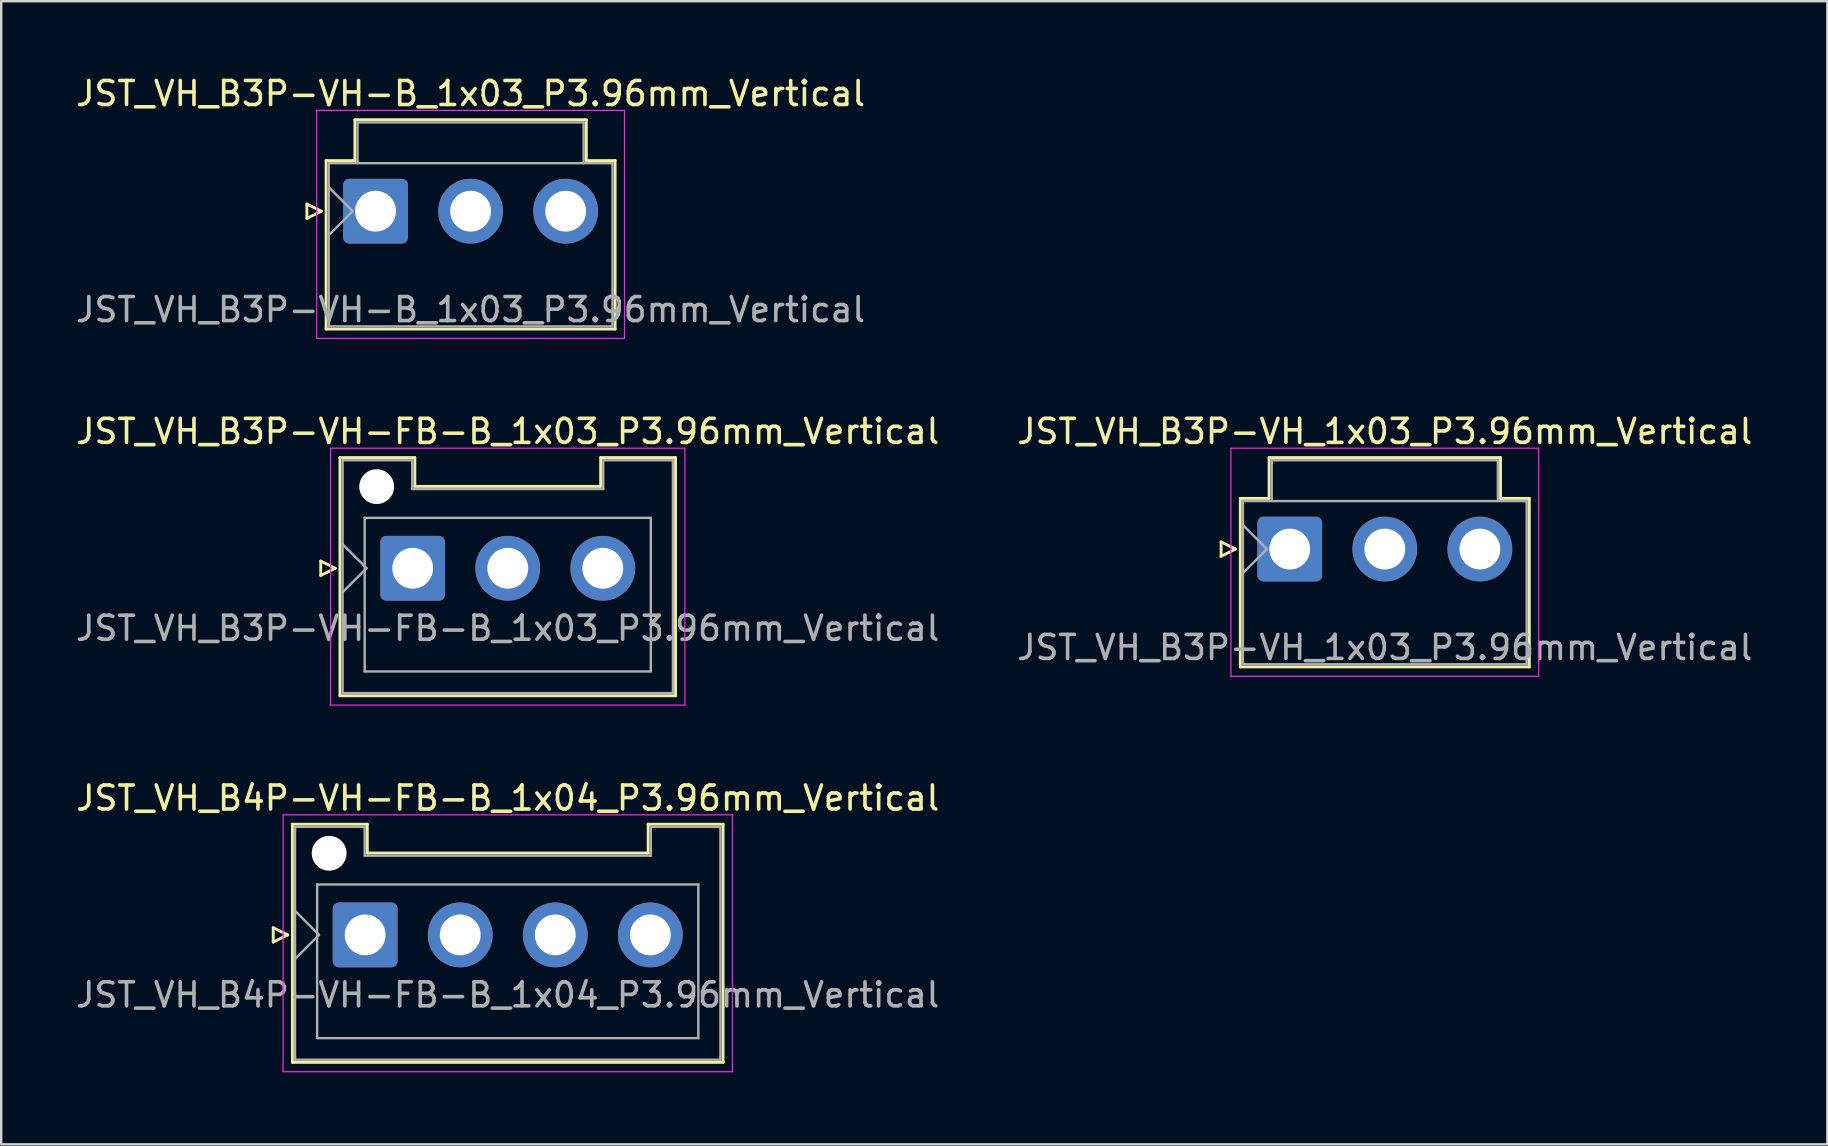
<source format=kicad_pcb>
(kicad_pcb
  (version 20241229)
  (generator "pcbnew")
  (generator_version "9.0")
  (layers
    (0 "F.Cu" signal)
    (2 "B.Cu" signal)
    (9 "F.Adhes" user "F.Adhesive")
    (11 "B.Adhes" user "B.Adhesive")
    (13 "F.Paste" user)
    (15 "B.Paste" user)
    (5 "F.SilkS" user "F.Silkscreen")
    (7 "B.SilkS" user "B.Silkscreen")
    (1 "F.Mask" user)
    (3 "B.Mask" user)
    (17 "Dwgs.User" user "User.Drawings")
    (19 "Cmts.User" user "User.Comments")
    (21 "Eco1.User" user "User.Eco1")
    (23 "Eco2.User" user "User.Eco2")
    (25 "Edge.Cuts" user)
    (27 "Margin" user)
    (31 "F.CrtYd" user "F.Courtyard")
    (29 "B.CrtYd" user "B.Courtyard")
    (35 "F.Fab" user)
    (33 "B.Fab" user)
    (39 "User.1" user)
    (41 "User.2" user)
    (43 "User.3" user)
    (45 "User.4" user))
  (footprint "JST_VH_B3P-VH-FB-B_1x03_P3.96mm_Vertical"
    (layer "F.Cu")
    (at 14.141 20.622)
    (property "Reference" "JST_VH_B3P-VH-FB-B_1x03_P3.96mm_Vertical" (at 3.96 -5.7 0) (layer "F.SilkS") (effects (font (size 1 1) (thickness 0.15))))
    (attr through_hole)
    (fp_line (start -3.83 -0.3) (end -3.23 0) (stroke (width 0.12) (type solid)) (layer "F.SilkS"))
    (fp_line (start -3.83 0.3) (end -3.83 -0.3) (stroke (width 0.12) (type solid)) (layer "F.SilkS"))
    (fp_line (start -3.23 0) (end -3.83 0.3) (stroke (width 0.12) (type solid)) (layer "F.SilkS"))
    (fp_line (start -3.03 -4.61) (end 0.09 -4.61) (stroke (width 0.12) (type solid)) (layer "F.SilkS"))
    (fp_line (start -3.03 5.31) (end -3.03 -4.61) (stroke (width 0.12) (type solid)) (layer "F.SilkS"))
    (fp_line (start 0.09 -4.61) (end 0.09 -3.41) (stroke (width 0.12) (type solid)) (layer "F.SilkS"))
    (fp_line (start 0.09 -3.41) (end 7.83 -3.41) (stroke (width 0.12) (type solid)) (layer "F.SilkS"))
    (fp_line (start 7.83 -4.61) (end 10.95 -4.61) (stroke (width 0.12) (type solid)) (layer "F.SilkS"))
    (fp_line (start 7.83 -3.41) (end 7.83 -4.61) (stroke (width 0.12) (type solid)) (layer "F.SilkS"))
    (fp_line (start 10.95 -4.61) (end 10.95 5.31) (stroke (width 0.12) (type solid)) (layer "F.SilkS"))
    (fp_line (start 10.95 5.31) (end -3.03 5.31) (stroke (width 0.12) (type solid)) (layer "F.SilkS"))
    (fp_line (start -3.42 -5) (end -3.42 5.7) (stroke (width 0.05) (type solid)) (layer "F.CrtYd"))
    (fp_line (start -3.42 5.7) (end 11.34 5.7) (stroke (width 0.05) (type solid)) (layer "F.CrtYd"))
    (fp_line (start 11.34 -5) (end -3.42 -5) (stroke (width 0.05) (type solid)) (layer "F.CrtYd"))
    (fp_line (start 11.34 5.7) (end 11.34 -5) (stroke (width 0.05) (type solid)) (layer "F.CrtYd"))
    (fp_line (start -2.92 -4.5) (end -0.02 -4.5) (stroke (width 0.1) (type solid)) (layer "F.Fab"))
    (fp_line (start -2.92 -1) (end -1.92 0) (stroke (width 0.1) (type solid)) (layer "F.Fab"))
    (fp_line (start -2.92 1) (end -1.92 0) (stroke (width 0.1) (type solid)) (layer "F.Fab"))
    (fp_line (start -2.92 5.2) (end -2.92 -4.5) (stroke (width 0.1) (type solid)) (layer "F.Fab"))
    (fp_line (start -2 -2.1) (end 9.92 -2.1) (stroke (width 0.1) (type solid)) (layer "F.Fab"))
    (fp_line (start -2 4.3) (end -2 -2.1) (stroke (width 0.1) (type solid)) (layer "F.Fab"))
    (fp_line (start -0.02 -4.5) (end -0.02 -3.3) (stroke (width 0.1) (type solid)) (layer "F.Fab"))
    (fp_line (start -0.02 -3.3) (end 7.94 -3.3) (stroke (width 0.1) (type solid)) (layer "F.Fab"))
    (fp_line (start 7.94 -4.5) (end 10.84 -4.5) (stroke (width 0.1) (type solid)) (layer "F.Fab"))
    (fp_line (start 7.94 -3.3) (end 7.94 -4.5) (stroke (width 0.1) (type solid)) (layer "F.Fab"))
    (fp_line (start 9.92 -2.1) (end 9.92 4.3) (stroke (width 0.1) (type solid)) (layer "F.Fab"))
    (fp_line (start 9.92 4.3) (end -2 4.3) (stroke (width 0.1) (type solid)) (layer "F.Fab"))
    (fp_line (start 10.84 -4.5) (end 10.84 5.2) (stroke (width 0.1) (type solid)) (layer "F.Fab"))
    (fp_line (start 10.84 5.2) (end -2.92 5.2) (stroke (width 0.1) (type solid)) (layer "F.Fab"))
    (fp_text user "${REFERENCE}" (at 3.96 2.5 0) (layer "F.Fab") (effects (font (size 1 1) (thickness 0.15))))
    (pad "" np_thru_hole circle (at -1.5 -3.4) (size 1.45 1.45) (drill 1.45) (layers "*.Cu" "*.Mask"))
    (pad "1" thru_hole roundrect (at 0 0) (size 2.7 2.7) (drill 1.7) (layers "*.Cu" "*.Mask") (roundrect_rratio 0.093))
    (pad "2" thru_hole circle (at 3.96 0) (size 2.7 2.7) (drill 1.7) (layers "*.Cu" "*.Mask"))
    (pad "3" thru_hole circle (at 7.92 0) (size 2.7 2.7) (drill 1.7) (layers "*.Cu" "*.Mask")))
  (footprint "JST_VH_B4P-VH-FB-B_1x04_P3.96mm_Vertical"
    (layer "F.Cu")
    (at 12.161 35.895)
    (property "Reference" "JST_VH_B4P-VH-FB-B_1x04_P3.96mm_Vertical" (at 5.94 -5.7 0) (layer "F.SilkS") (effects (font (size 1 1) (thickness 0.15))))
    (attr through_hole)
    (fp_line (start -3.83 -0.3) (end -3.23 0) (stroke (width 0.12) (type solid)) (layer "F.SilkS"))
    (fp_line (start -3.83 0.3) (end -3.83 -0.3) (stroke (width 0.12) (type solid)) (layer "F.SilkS"))
    (fp_line (start -3.23 0) (end -3.83 0.3) (stroke (width 0.12) (type solid)) (layer "F.SilkS"))
    (fp_line (start -3.03 -4.61) (end 0.09 -4.61) (stroke (width 0.12) (type solid)) (layer "F.SilkS"))
    (fp_line (start -3.03 5.31) (end -3.03 -4.61) (stroke (width 0.12) (type solid)) (layer "F.SilkS"))
    (fp_line (start 0.09 -4.61) (end 0.09 -3.41) (stroke (width 0.12) (type solid)) (layer "F.SilkS"))
    (fp_line (start 0.09 -3.41) (end 11.79 -3.41) (stroke (width 0.12) (type solid)) (layer "F.SilkS"))
    (fp_line (start 11.79 -4.61) (end 14.91 -4.61) (stroke (width 0.12) (type solid)) (layer "F.SilkS"))
    (fp_line (start 11.79 -3.41) (end 11.79 -4.61) (stroke (width 0.12) (type solid)) (layer "F.SilkS"))
    (fp_line (start 14.91 -4.61) (end 14.91 5.31) (stroke (width 0.12) (type solid)) (layer "F.SilkS"))
    (fp_line (start 14.91 5.31) (end -3.03 5.31) (stroke (width 0.12) (type solid)) (layer "F.SilkS"))
    (fp_line (start -3.42 -5) (end -3.42 5.7) (stroke (width 0.05) (type solid)) (layer "F.CrtYd"))
    (fp_line (start -3.42 5.7) (end 15.3 5.7) (stroke (width 0.05) (type solid)) (layer "F.CrtYd"))
    (fp_line (start 15.3 -5) (end -3.42 -5) (stroke (width 0.05) (type solid)) (layer "F.CrtYd"))
    (fp_line (start 15.3 5.7) (end 15.3 -5) (stroke (width 0.05) (type solid)) (layer "F.CrtYd"))
    (fp_line (start -2.92 -4.5) (end -0.02 -4.5) (stroke (width 0.1) (type solid)) (layer "F.Fab"))
    (fp_line (start -2.92 -1) (end -1.92 0) (stroke (width 0.1) (type solid)) (layer "F.Fab"))
    (fp_line (start -2.92 1) (end -1.92 0) (stroke (width 0.1) (type solid)) (layer "F.Fab"))
    (fp_line (start -2.92 5.2) (end -2.92 -4.5) (stroke (width 0.1) (type solid)) (layer "F.Fab"))
    (fp_line (start -2 -2.1) (end 13.88 -2.1) (stroke (width 0.1) (type solid)) (layer "F.Fab"))
    (fp_line (start -2 4.3) (end -2 -2.1) (stroke (width 0.1) (type solid)) (layer "F.Fab"))
    (fp_line (start -0.02 -4.5) (end -0.02 -3.3) (stroke (width 0.1) (type solid)) (layer "F.Fab"))
    (fp_line (start -0.02 -3.3) (end 11.9 -3.3) (stroke (width 0.1) (type solid)) (layer "F.Fab"))
    (fp_line (start 11.9 -4.5) (end 14.8 -4.5) (stroke (width 0.1) (type solid)) (layer "F.Fab"))
    (fp_line (start 11.9 -3.3) (end 11.9 -4.5) (stroke (width 0.1) (type solid)) (layer "F.Fab"))
    (fp_line (start 13.88 -2.1) (end 13.88 4.3) (stroke (width 0.1) (type solid)) (layer "F.Fab"))
    (fp_line (start 13.88 4.3) (end -2 4.3) (stroke (width 0.1) (type solid)) (layer "F.Fab"))
    (fp_line (start 14.8 -4.5) (end 14.8 5.2) (stroke (width 0.1) (type solid)) (layer "F.Fab"))
    (fp_line (start 14.8 5.2) (end -2.92 5.2) (stroke (width 0.1) (type solid)) (layer "F.Fab"))
    (fp_text user "${REFERENCE}" (at 5.94 2.5 0) (layer "F.Fab") (effects (font (size 1 1) (thickness 0.15))))
    (pad "" np_thru_hole circle (at -1.5 -3.4) (size 1.45 1.45) (drill 1.45) (layers "*.Cu" "*.Mask"))
    (pad "1" thru_hole roundrect (at 0 0) (size 2.7 2.7) (drill 1.7) (layers "*.Cu" "*.Mask") (roundrect_rratio 0.093))
    (pad "2" thru_hole circle (at 3.96 0) (size 2.7 2.7) (drill 1.7) (layers "*.Cu" "*.Mask"))
    (pad "3" thru_hole circle (at 7.92 0) (size 2.7 2.7) (drill 1.7) (layers "*.Cu" "*.Mask"))
    (pad "4" thru_hole circle (at 11.88 0) (size 2.7 2.7) (drill 1.7) (layers "*.Cu" "*.Mask")))
  (footprint "JST_VH_B3P-VH-B_1x03_P3.96mm_Vertical"
    (layer "F.Cu")
    (at 12.594 5.748)
    (property "Reference" "JST_VH_B3P-VH-B_1x03_P3.96mm_Vertical" (at 3.96 -4.9 0) (layer "F.SilkS") (effects (font (size 1 1) (thickness 0.15))))
    (attr through_hole)
    (fp_line (start -2.86 -0.3) (end -2.26 0) (stroke (width 0.12) (type solid)) (layer "F.SilkS"))
    (fp_line (start -2.86 0.3) (end -2.86 -0.3) (stroke (width 0.12) (type solid)) (layer "F.SilkS"))
    (fp_line (start -2.26 0) (end -2.86 0.3) (stroke (width 0.12) (type solid)) (layer "F.SilkS"))
    (fp_line (start -2.06 -2.11) (end -0.86 -2.11) (stroke (width 0.12) (type solid)) (layer "F.SilkS"))
    (fp_line (start -2.06 4.91) (end -2.06 -2.11) (stroke (width 0.12) (type solid)) (layer "F.SilkS"))
    (fp_line (start -0.86 -3.81) (end 8.78 -3.81) (stroke (width 0.12) (type solid)) (layer "F.SilkS"))
    (fp_line (start -0.86 -2.11) (end -0.86 -3.81) (stroke (width 0.12) (type solid)) (layer "F.SilkS"))
    (fp_line (start 8.78 -3.81) (end 8.78 -2.11) (stroke (width 0.12) (type solid)) (layer "F.SilkS"))
    (fp_line (start 8.78 -2.11) (end 9.98 -2.11) (stroke (width 0.12) (type solid)) (layer "F.SilkS"))
    (fp_line (start 9.98 -2.11) (end 9.98 4.91) (stroke (width 0.12) (type solid)) (layer "F.SilkS"))
    (fp_line (start 9.98 4.91) (end -2.06 4.91) (stroke (width 0.12) (type solid)) (layer "F.SilkS"))
    (fp_line (start -2.45 -4.2) (end -2.45 5.3) (stroke (width 0.05) (type solid)) (layer "F.CrtYd"))
    (fp_line (start -2.45 5.3) (end 10.37 5.3) (stroke (width 0.05) (type solid)) (layer "F.CrtYd"))
    (fp_line (start 10.37 -4.2) (end -2.45 -4.2) (stroke (width 0.05) (type solid)) (layer "F.CrtYd"))
    (fp_line (start 10.37 5.3) (end 10.37 -4.2) (stroke (width 0.05) (type solid)) (layer "F.CrtYd"))
    (fp_line (start -1.95 -2) (end -1.95 4.8) (stroke (width 0.1) (type solid)) (layer "F.Fab"))
    (fp_line (start -1.95 -1) (end -0.95 0) (stroke (width 0.1) (type solid)) (layer "F.Fab"))
    (fp_line (start -1.95 1) (end -0.95 0) (stroke (width 0.1) (type solid)) (layer "F.Fab"))
    (fp_line (start -1.95 4.8) (end 9.87 4.8) (stroke (width 0.1) (type solid)) (layer "F.Fab"))
    (fp_line (start -0.75 -3.7) (end 8.67 -3.7) (stroke (width 0.1) (type solid)) (layer "F.Fab"))
    (fp_line (start -0.75 -2) (end -0.75 -3.7) (stroke (width 0.1) (type solid)) (layer "F.Fab"))
    (fp_line (start 8.67 -3.7) (end 8.67 -2) (stroke (width 0.1) (type solid)) (layer "F.Fab"))
    (fp_line (start 9.87 -2) (end -1.95 -2) (stroke (width 0.1) (type solid)) (layer "F.Fab"))
    (fp_line (start 9.87 4.8) (end 9.87 -2) (stroke (width 0.1) (type solid)) (layer "F.Fab"))
    (fp_text user "${REFERENCE}" (at 3.96 4.1 0) (layer "F.Fab") (effects (font (size 1 1) (thickness 0.15))))
    (pad "1" thru_hole roundrect (at 0 0) (size 2.7 2.7) (drill 1.7) (layers "*.Cu" "*.Mask") (roundrect_rratio 0.093))
    (pad "2" thru_hole circle (at 3.96 0) (size 2.7 2.7) (drill 1.7) (layers "*.Cu" "*.Mask"))
    (pad "3" thru_hole circle (at 7.92 0) (size 2.7 2.7) (drill 1.7) (layers "*.Cu" "*.Mask")))
  (footprint "JST_VH_B3P-VH_1x03_P3.96mm_Vertical"
    (layer "F.Cu")
    (at 50.677 19.822)
    (property "Reference" "JST_VH_B3P-VH_1x03_P3.96mm_Vertical" (at 3.96 -4.9 0) (layer "F.SilkS") (effects (font (size 1 1) (thickness 0.15))))
    (attr through_hole)
    (fp_line (start -2.86 -0.3) (end -2.26 0) (stroke (width 0.12) (type solid)) (layer "F.SilkS"))
    (fp_line (start -2.86 0.3) (end -2.86 -0.3) (stroke (width 0.12) (type solid)) (layer "F.SilkS"))
    (fp_line (start -2.26 0) (end -2.86 0.3) (stroke (width 0.12) (type solid)) (layer "F.SilkS"))
    (fp_line (start -2.06 -2.11) (end -0.86 -2.11) (stroke (width 0.12) (type solid)) (layer "F.SilkS"))
    (fp_line (start -2.06 4.91) (end -2.06 -2.11) (stroke (width 0.12) (type solid)) (layer "F.SilkS"))
    (fp_line (start -0.86 -3.81) (end 8.78 -3.81) (stroke (width 0.12) (type solid)) (layer "F.SilkS"))
    (fp_line (start -0.86 -2.11) (end -0.86 -3.81) (stroke (width 0.12) (type solid)) (layer "F.SilkS"))
    (fp_line (start 8.78 -3.81) (end 8.78 -2.11) (stroke (width 0.12) (type solid)) (layer "F.SilkS"))
    (fp_line (start 8.78 -2.11) (end 9.98 -2.11) (stroke (width 0.12) (type solid)) (layer "F.SilkS"))
    (fp_line (start 9.98 -2.11) (end 9.98 4.91) (stroke (width 0.12) (type solid)) (layer "F.SilkS"))
    (fp_line (start 9.98 4.91) (end -2.06 4.91) (stroke (width 0.12) (type solid)) (layer "F.SilkS"))
    (fp_line (start -2.45 -4.2) (end -2.45 5.3) (stroke (width 0.05) (type solid)) (layer "F.CrtYd"))
    (fp_line (start -2.45 5.3) (end 10.37 5.3) (stroke (width 0.05) (type solid)) (layer "F.CrtYd"))
    (fp_line (start 10.37 -4.2) (end -2.45 -4.2) (stroke (width 0.05) (type solid)) (layer "F.CrtYd"))
    (fp_line (start 10.37 5.3) (end 10.37 -4.2) (stroke (width 0.05) (type solid)) (layer "F.CrtYd"))
    (fp_line (start -1.95 -2) (end -1.95 4.8) (stroke (width 0.1) (type solid)) (layer "F.Fab"))
    (fp_line (start -1.95 -1) (end -0.95 0) (stroke (width 0.1) (type solid)) (layer "F.Fab"))
    (fp_line (start -1.95 1) (end -0.95 0) (stroke (width 0.1) (type solid)) (layer "F.Fab"))
    (fp_line (start -1.95 4.8) (end 9.87 4.8) (stroke (width 0.1) (type solid)) (layer "F.Fab"))
    (fp_line (start -0.75 -3.7) (end 8.67 -3.7) (stroke (width 0.1) (type solid)) (layer "F.Fab"))
    (fp_line (start -0.75 -2) (end -0.75 -3.7) (stroke (width 0.1) (type solid)) (layer "F.Fab"))
    (fp_line (start 8.67 -3.7) (end 8.67 -2) (stroke (width 0.1) (type solid)) (layer "F.Fab"))
    (fp_line (start 9.87 -2) (end -1.95 -2) (stroke (width 0.1) (type solid)) (layer "F.Fab"))
    (fp_line (start 9.87 4.8) (end 9.87 -2) (stroke (width 0.1) (type solid)) (layer "F.Fab"))
    (fp_text user "${REFERENCE}" (at 3.96 4.1 0) (layer "F.Fab") (effects (font (size 1 1) (thickness 0.15))))
    (pad "1" thru_hole roundrect (at 0 0) (size 2.7 2.7) (drill 1.7) (layers "*.Cu" "*.Mask") (roundrect_rratio 0.093))
    (pad "2" thru_hole circle (at 3.96 0) (size 2.7 2.7) (drill 1.7) (layers "*.Cu" "*.Mask"))
    (pad "3" thru_hole circle (at 7.92 0) (size 2.7 2.7) (drill 1.7) (layers "*.Cu" "*.Mask")))
  (gr_rect
    (start -3 -3)
    (end 73.071 44.62)
    (stroke (width 0.1) (type default))
    (fill no)
    (layer "Edge.Cuts")))
</source>
